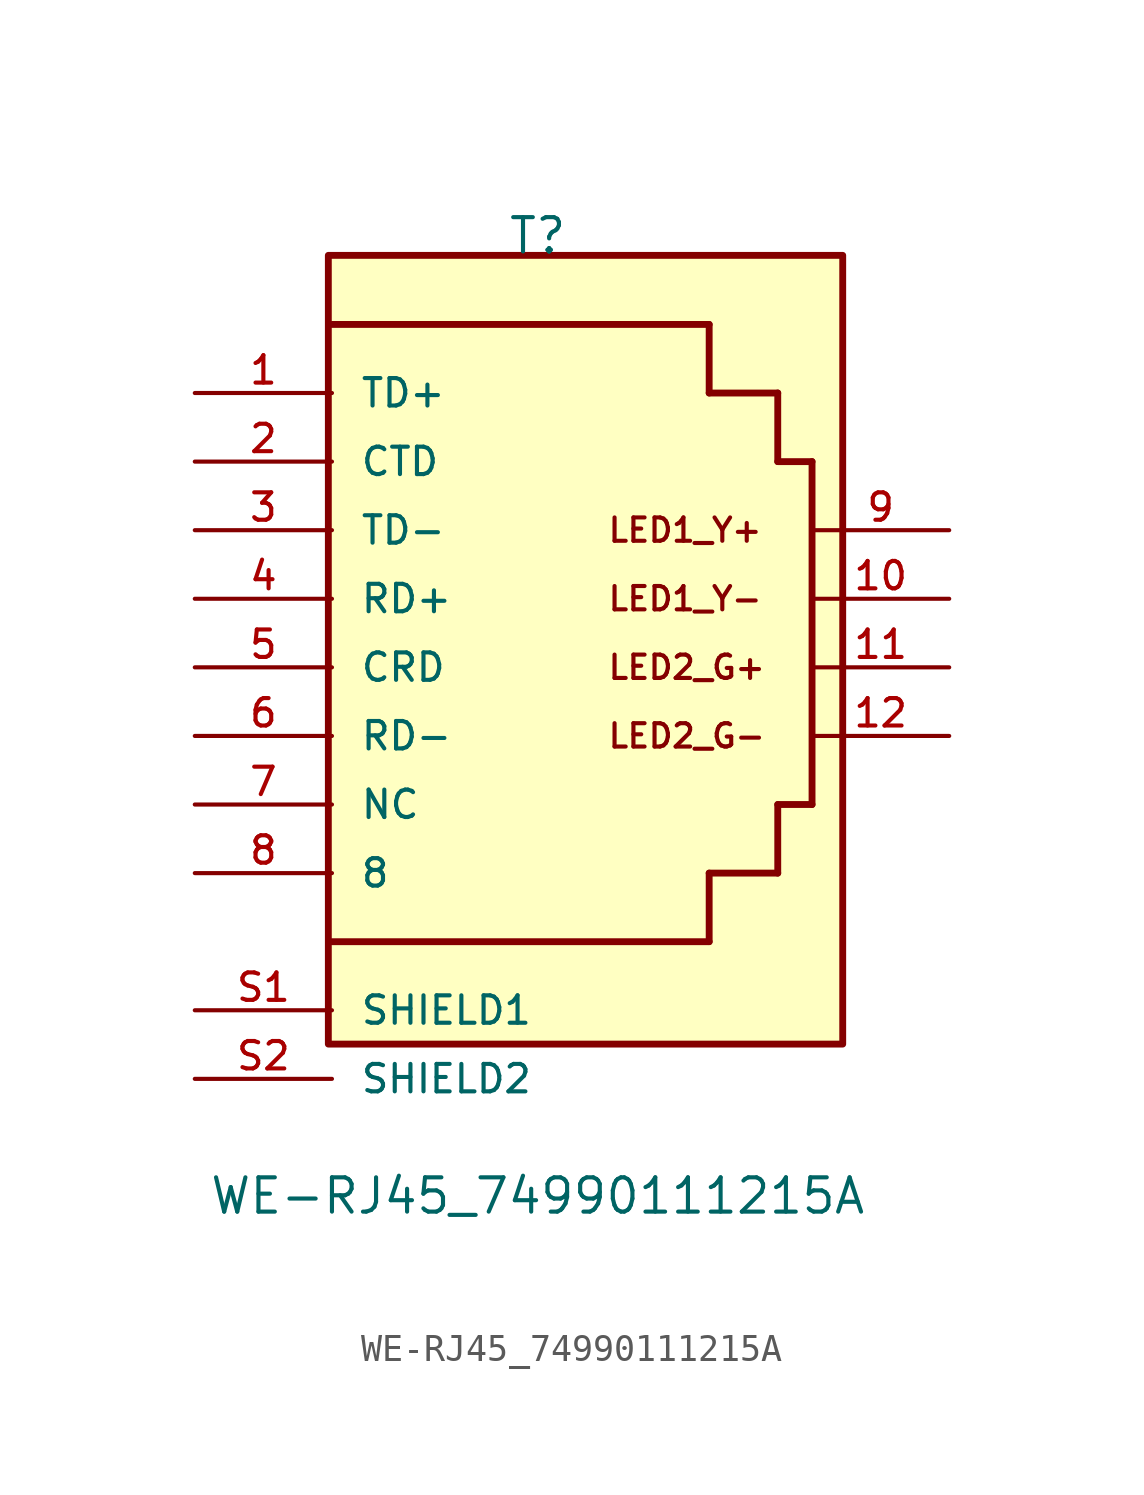
<source format=kicad_sym>
(kicad_symbol_lib
  (version 20211014)
  (generator kicad_symbol_editor)
  (symbol "WE-RJ45_74990111215A"
    (pin_names
      (offset 1.016))
    (property "Reference" "T"
      (at 0.0 15.24 0)
      (effects (font (size 1.27 1.27)) (justify bottom)))
    (property "Value" "WE-RJ45_74990111215A"
      (at 0.0 -20.32 0)
      (effects (font (size 1.27 1.27)) (justify bottom)))
    (symbol "WE-RJ45_74990111215A_0_0"
      (text "LED2_G+" (at 2.54 0.0 0) (effects (font (size 0.864 0.864)) (justify left)))
      (text "LED2_G-" (at 2.54 -2.54 0) (effects (font (size 0.864 0.864)) (justify left)))
      (text "LED1_Y-" (at 2.54 2.54 0) (effects (font (size 0.864 0.864)) (justify left)))
      (text "LED1_Y+" (at 2.54 5.08 0) (effects (font (size 0.864 0.864)) (justify left)))
      (polyline (pts (xy -7.62 12.7) (xy 6.35 12.7)) (stroke (width 0.254)))
      (polyline (pts (xy 10.16 7.62) (xy 10.16 -5.08)) (stroke (width 0.254)))
      (polyline (pts (xy 6.35 -10.16) (xy -7.62 -10.16)) (stroke (width 0.254)))
      (polyline (pts (xy 6.35 12.7) (xy 6.35 10.16)) (stroke (width 0.254)))
      (polyline (pts (xy 6.35 10.16) (xy 8.89 10.16)) (stroke (width 0.254)))
      (polyline (pts (xy 8.89 10.16) (xy 8.89 7.62)) (stroke (width 0.254)))
      (polyline (pts (xy 6.35 -10.16) (xy 6.35 -7.62)) (stroke (width 0.254)))
      (polyline (pts (xy 6.35 -7.62) (xy 8.89 -7.62)) (stroke (width 0.254)))
      (polyline (pts (xy 8.89 -7.62) (xy 8.89 -5.08)) (stroke (width 0.254)))
      (polyline (pts (xy 8.89 -5.08) (xy 10.16 -5.08)) (stroke (width 0.254)))
      (polyline (pts (xy 8.89 7.62) (xy 10.16 7.62)) (stroke (width 0.254)))
      (rectangle (start -7.754 -13.952) (end 11.296 15.258) (stroke (width 0.254)) (fill (type background)))
      (pin passive line (at -12.7 2.54 0) (length 5.08) (name "RD+" (effects (font (size 1.016 1.016)))) (number "4" (effects (font (size 1.016 1.016)))))
      (pin passive line (at -12.7 7.62 0) (length 5.08) (name "CTD" (effects (font (size 1.016 1.016)))) (number "2" (effects (font (size 1.016 1.016)))))
      (pin passive line (at -12.7 -2.54 0) (length 5.08) (name "RD-" (effects (font (size 1.016 1.016)))) (number "6" (effects (font (size 1.016 1.016)))))
      (pin passive line (at -12.7 10.16 0) (length 5.08) (name "TD+" (effects (font (size 1.016 1.016)))) (number "1" (effects (font (size 1.016 1.016)))))
      (pin passive line (at -12.7 5.08 0) (length 5.08) (name "TD-" (effects (font (size 1.016 1.016)))) (number "3" (effects (font (size 1.016 1.016)))))
      (pin passive line (at -12.7 0.0 0) (length 5.08) (name "CRD" (effects (font (size 1.016 1.016)))) (number "5" (effects (font (size 1.016 1.016)))))
      (pin passive line (at 15.24 -2.54 180.0) (length 5.08) (name "~" (effects (font (size 1.016 1.016)))) (number "12" (effects (font (size 1.016 1.016)))))
      (pin passive line (at 15.24 0.0 180.0) (length 5.08) (name "~" (effects (font (size 1.016 1.016)))) (number "11" (effects (font (size 1.016 1.016)))))
      (pin passive line (at 15.24 5.08 180.0) (length 5.08) (name "~" (effects (font (size 1.016 1.016)))) (number "9" (effects (font (size 1.016 1.016)))))
      (pin passive line (at 15.24 2.54 180.0) (length 5.08) (name "~" (effects (font (size 1.016 1.016)))) (number "10" (effects (font (size 1.016 1.016)))))
      (pin passive line (at -12.7 -12.7 0) (length 5.08) (name "SHIELD1" (effects (font (size 1.016 1.016)))) (number "S1" (effects (font (size 1.016 1.016)))))
      (pin passive line (at -12.7 -15.24 0) (length 5.08) (name "SHIELD2" (effects (font (size 1.016 1.016)))) (number "S2" (effects (font (size 1.016 1.016)))))
      (pin passive line (at -12.7 -7.62 0) (length 5.08) (name "8" (effects (font (size 1.016 1.016)))) (number "8" (effects (font (size 1.016 1.016)))))
      (pin passive line (at -12.7 -5.08 0) (length 5.08) (name "NC" (effects (font (size 1.016 1.016)))) (number "7" (effects (font (size 1.016 1.016))))))))
</source>
